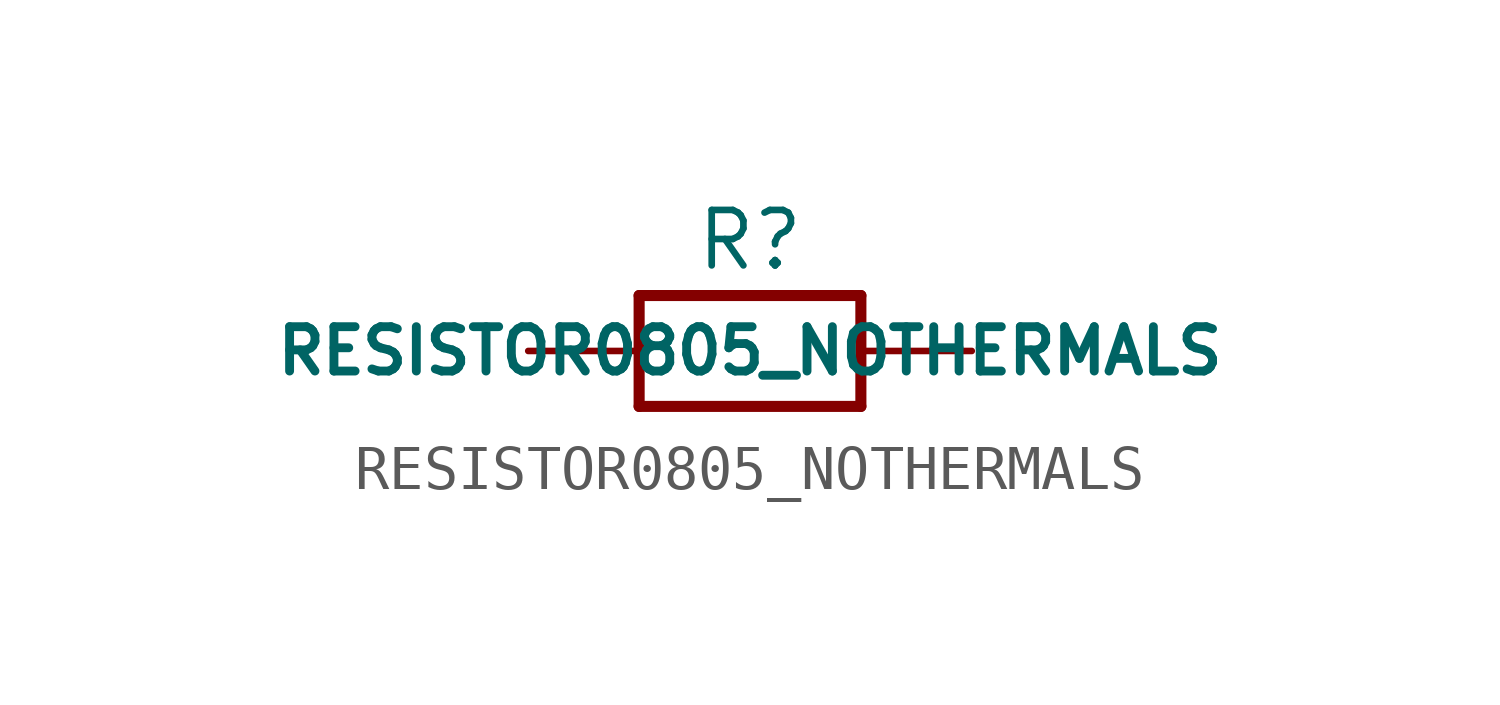
<source format=kicad_sym>
(kicad_symbol_lib
  (version 20201005)
  (generator kicad_symbol_editor)
  (symbol "RESISTOR0805_NOTHERMALS"
    (property "Reference" "R"
      (at 0 2.54 0)
      (effects (font (size 1.27 1.27))))
    (property "Value" "RESISTOR0805_NOTHERMALS"
      (at 0 0 0)
      (effects (font (size 1.016 1.016) bold)))
    (property "ki_locked" ""
      (at 0 0 0)
      (effects (font (size 1.27 1.27))))
    (symbol "RESISTOR0805_NOTHERMALS_1_0"
      (polyline (pts (xy -2.54 -1.27) (xy -2.54 1.27)) (stroke (width 0.254)) (fill (type none)))
      (polyline (pts (xy -2.54 1.27) (xy 2.54 1.27)) (stroke (width 0.254)) (fill (type none)))
      (polyline (pts (xy 2.54 -1.27) (xy -2.54 -1.27)) (stroke (width 0.254)) (fill (type none)))
      (polyline (pts (xy 2.54 1.27) (xy 2.54 -1.27)) (stroke (width 0.254)) (fill (type none)))
      (pin passive line (at -5.08 0 0) (length 2.54) (name "1" (effects (font (size 0 0)))) (number "1" (effects (font (size 0 0)))))
      (pin passive line (at 5.08 0 180) (length 2.54) (name "2" (effects (font (size 0 0)))) (number "2" (effects (font (size 0 0))))))))
</source>
